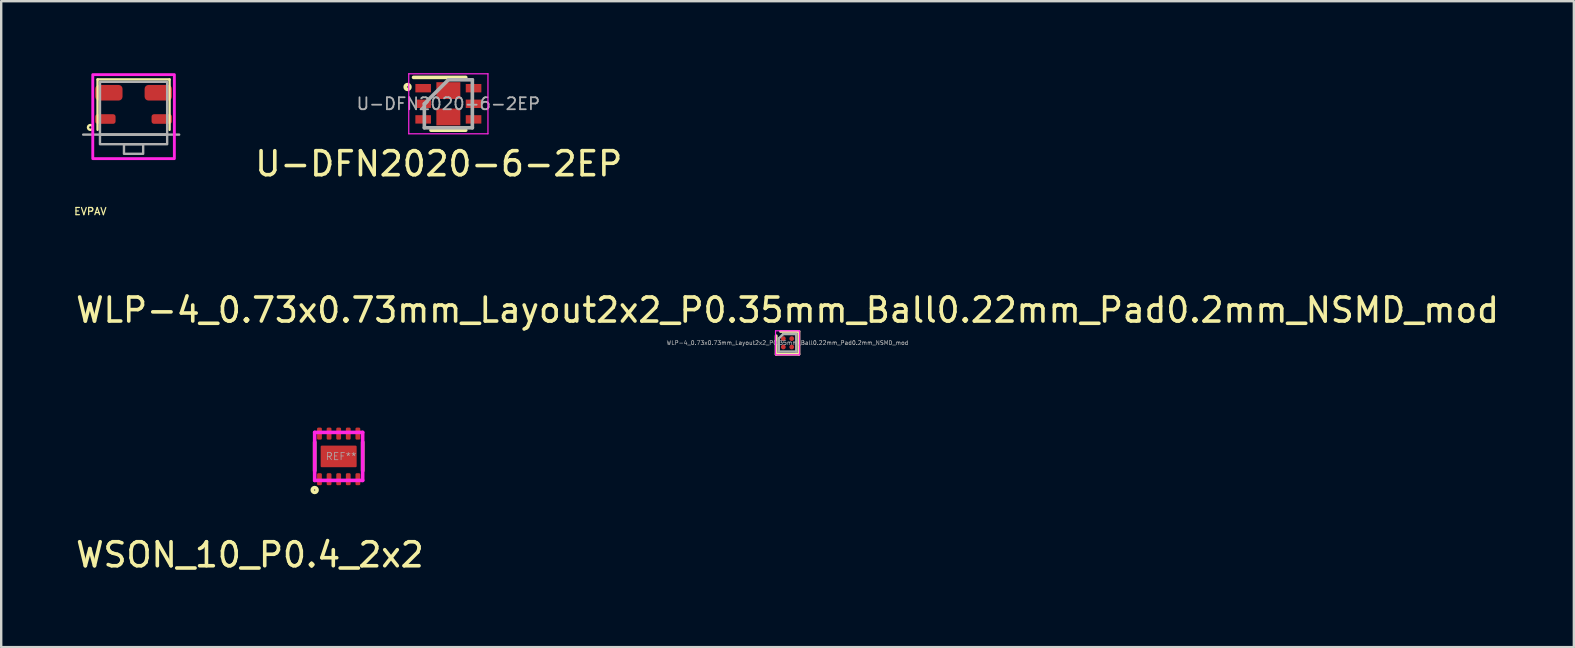
<source format=kicad_pcb>
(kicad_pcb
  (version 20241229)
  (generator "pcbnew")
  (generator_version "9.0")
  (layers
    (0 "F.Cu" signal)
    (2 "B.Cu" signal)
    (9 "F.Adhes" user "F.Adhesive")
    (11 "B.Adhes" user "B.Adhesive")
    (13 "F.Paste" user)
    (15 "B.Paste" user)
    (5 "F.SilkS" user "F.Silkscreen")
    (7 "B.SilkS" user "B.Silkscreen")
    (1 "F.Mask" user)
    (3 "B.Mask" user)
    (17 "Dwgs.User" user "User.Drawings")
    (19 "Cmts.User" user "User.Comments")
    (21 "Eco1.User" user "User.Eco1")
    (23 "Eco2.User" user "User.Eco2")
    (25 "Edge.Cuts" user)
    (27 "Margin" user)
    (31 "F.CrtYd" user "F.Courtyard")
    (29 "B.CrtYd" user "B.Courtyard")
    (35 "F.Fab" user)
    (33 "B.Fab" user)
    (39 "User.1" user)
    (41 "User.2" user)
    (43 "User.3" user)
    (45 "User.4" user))
  (footprint "U-DFN2020-6-2EP"
    (layer "F.Cu")
    (at 15.634 1.275)
    (property "Reference" "U-DFN2020-6-2EP" (at -0.4 2.5 0) (layer "F.SilkS") (effects (font (size 1 1) (thickness 0.15))))
    (attr through_hole)
    (fp_line (start -1.45 -1.1) (end 0.725 -1.1) (stroke (width 0.15) (type solid)) (layer "F.SilkS"))
    (fp_line (start -0.725 1.1) (end 0.725 1.1) (stroke (width 0.15) (type solid)) (layer "F.SilkS"))
    (fp_circle (center -1.7 -0.7) (end -1.7 -0.6) (stroke (width 0.15) (type solid)) (fill no) (layer "F.SilkS"))
    (fp_line (start -1.65 -1.25) (end -1.65 1.25) (stroke (width 0.05) (type solid)) (layer "F.CrtYd"))
    (fp_line (start -1.65 -1.25) (end 1.65 -1.25) (stroke (width 0.05) (type solid)) (layer "F.CrtYd"))
    (fp_line (start -1.65 1.25) (end 1.65 1.25) (stroke (width 0.05) (type solid)) (layer "F.CrtYd"))
    (fp_line (start 1.65 -1.25) (end 1.65 1.25) (stroke (width 0.05) (type solid)) (layer "F.CrtYd"))
    (fp_line (start -1 0) (end 0 -1) (stroke (width 0.15) (type solid)) (layer "F.Fab"))
    (fp_line (start -1 1) (end -1 0) (stroke (width 0.15) (type solid)) (layer "F.Fab"))
    (fp_line (start 0 -1) (end 1 -1) (stroke (width 0.15) (type solid)) (layer "F.Fab"))
    (fp_line (start 1 -1) (end 1 1) (stroke (width 0.15) (type solid)) (layer "F.Fab"))
    (fp_line (start 1 1) (end -1 1) (stroke (width 0.15) (type solid)) (layer "F.Fab"))
    (fp_text user "${REFERENCE}" (at 0 0 0) (layer "F.Fab") (effects (font (size 0.5 0.5) (thickness 0.075))))
    (pad "1" smd rect (at -1.05 -0.65) (size 0.65 0.35) (layers "F.Cu" "F.Mask" "F.Paste"))
    (pad "2" smd rect (at -1.05 0) (size 0.65 0.35) (layers "F.Cu" "F.Mask" "F.Paste"))
    (pad "3" smd rect (at -1.05 0.65) (size 0.65 0.35) (layers "F.Cu" "F.Mask" "F.Paste"))
    (pad "3" smd rect (at 0 0.55 180) (size 1 0.7) (layers "F.Cu" "F.Mask" "F.Paste"))
    (pad "4" smd rect (at 1.05 0.65) (size 0.65 0.35) (layers "F.Cu" "F.Mask" "F.Paste"))
    (pad "5" smd rect (at 1.05 0) (size 0.65 0.35) (layers "F.Cu" "F.Mask" "F.Paste"))
    (pad "6" smd rect (at 0 -0.55) (size 1 0.7) (layers "F.Cu" "F.Mask" "F.Paste"))
    (pad "6" smd rect (at 1.05 -0.65) (size 0.65 0.35) (layers "F.Cu" "F.Mask" "F.Paste")))
  (footprint "WLP-4_0.73x0.73mm_Layout2x2_P0.35mm_Ball0.22mm_Pad0.2mm_NSMD_mod"
    (layer "F.Cu")
    (at 29.768 11.236)
    (property "Reference" "WLP-4_0.73x0.73mm_Layout2x2_P0.35mm_Ball0.22mm_Pad0.2mm_NSMD_mod" (at 0 -1.364 0) (layer "F.SilkS") (effects (font (size 1 1) (thickness 0.15))))
    (attr smd)
    (fp_line (start -0.474 0.474) (end -0.474 -0.292) (stroke (width 0.12) (type solid)) (layer "F.SilkS"))
    (fp_line (start -0.292 -0.474) (end 0.474 -0.474) (stroke (width 0.12) (type solid)) (layer "F.SilkS"))
    (fp_line (start 0.474 -0.474) (end 0.474 0.474) (stroke (width 0.12) (type solid)) (layer "F.SilkS"))
    (fp_line (start 0.474 0.474) (end -0.474 0.474) (stroke (width 0.12) (type solid)) (layer "F.SilkS"))
    (fp_line (start -0.5 -0.5) (end -0.5 0.5) (stroke (width 0.05) (type solid)) (layer "F.CrtYd"))
    (fp_line (start -0.5 0.5) (end 0.5 0.5) (stroke (width 0.05) (type solid)) (layer "F.CrtYd"))
    (fp_line (start 0.5 -0.5) (end -0.5 -0.5) (stroke (width 0.05) (type solid)) (layer "F.CrtYd"))
    (fp_line (start 0.5 0.5) (end 0.5 -0.5) (stroke (width 0.05) (type solid)) (layer "F.CrtYd"))
    (fp_line (start -0.364 -0.182) (end -0.182 -0.364) (stroke (width 0.1) (type solid)) (layer "F.Fab"))
    (fp_line (start -0.364 0.364) (end -0.364 -0.182) (stroke (width 0.1) (type solid)) (layer "F.Fab"))
    (fp_line (start -0.182 -0.364) (end 0.364 -0.364) (stroke (width 0.1) (type solid)) (layer "F.Fab"))
    (fp_line (start 0.364 -0.364) (end 0.364 0.364) (stroke (width 0.1) (type solid)) (layer "F.Fab"))
    (fp_line (start 0.364 0.364) (end -0.364 0.364) (stroke (width 0.1) (type solid)) (layer "F.Fab"))
    (fp_text user "${REFERENCE}" (at 0 0 0) (layer "F.Fab") (effects (font (size 0.17 0.17) (thickness 0.025))))
    (pad "A1" smd circle (at -0.175 -0.175) (size 0.2 0.2) (layers "F.Cu" "F.Mask" "F.Paste"))
    (pad "A2" smd circle (at 0.175 -0.175) (size 0.2 0.2) (layers "F.Cu" "F.Mask" "F.Paste"))
    (pad "B1" smd circle (at -0.175 0.175) (size 0.2 0.2) (layers "F.Cu" "F.Mask" "F.Paste"))
    (pad "B2" smd circle (at 0.175 0.175) (size 0.2 0.2) (layers "F.Cu" "F.Mask" "F.Paste")))
  (footprint "WSON_10_P0.4_2x2"
    (layer "F.Cu")
    (at 11.063 15.97)
    (property "Reference" "WSON_10_P0.4_2x2" (at -3.7 4.1 0) (layer "F.SilkS") (effects (font (size 1 1) (thickness 0.15))))
    (attr through_hole)
    (fp_line (start -1 -0.6) (end -1 0.6) (stroke (width 0.15) (type solid)) (layer "F.SilkS"))
    (fp_line (start 1 -0.6) (end 1 0.6) (stroke (width 0.15) (type solid)) (layer "F.SilkS"))
    (fp_circle (center -1 1.4) (end -0.9 1.4) (stroke (width 0.15) (type solid)) (fill no) (layer "F.SilkS"))
    (fp_line (start -1 -1) (end 1 -1) (stroke (width 0.15) (type solid)) (layer "F.CrtYd"))
    (fp_line (start -1 1) (end -1 -1) (stroke (width 0.15) (type solid)) (layer "F.CrtYd"))
    (fp_line (start 1 -1) (end 1 1) (stroke (width 0.15) (type solid)) (layer "F.CrtYd"))
    (fp_line (start 1 1) (end -1 1) (stroke (width 0.15) (type solid)) (layer "F.CrtYd"))
    (fp_text user "REF**" (at 0.1 0 0) (layer "F.Fab") (effects (font (size 0.3 0.3) (thickness 0.03))))
    (pad "1" smd roundrect (at -0.8 0.95) (size 0.2 0.5) (layers "F.Cu" "F.Mask" "F.Paste") (roundrect_rratio 0.25))
    (pad "2" smd roundrect (at -0.4 0.95) (size 0.2 0.5) (layers "F.Cu" "F.Mask" "F.Paste") (roundrect_rratio 0.25))
    (pad "3" smd roundrect (at 0 0.95) (size 0.2 0.5) (layers "F.Cu" "F.Mask" "F.Paste") (roundrect_rratio 0.25))
    (pad "4" smd roundrect (at 0.4 0.95) (size 0.2 0.5) (layers "F.Cu" "F.Mask" "F.Paste") (roundrect_rratio 0.25))
    (pad "5" smd roundrect (at 0.8 0.95) (size 0.2 0.5) (layers "F.Cu" "F.Mask" "F.Paste") (roundrect_rratio 0.25))
    (pad "6" smd roundrect (at 0.8 -0.95 180) (size 0.2 0.5) (layers "F.Cu" "F.Mask" "F.Paste") (roundrect_rratio 0.25))
    (pad "7" smd roundrect (at 0.4 -0.95 180) (size 0.2 0.5) (layers "F.Cu" "F.Mask" "F.Paste") (roundrect_rratio 0.25))
    (pad "8" smd roundrect (at 0 -0.95 180) (size 0.2 0.5) (layers "F.Cu" "F.Mask" "F.Paste") (roundrect_rratio 0.25))
    (pad "9" smd roundrect (at -0.4 -0.95 180) (size 0.2 0.5) (layers "F.Cu" "F.Mask" "F.Paste") (roundrect_rratio 0.25))
    (pad "10" smd roundrect (at -0.8 -0.95 180) (size 0.2 0.5) (layers "F.Cu" "F.Mask" "F.Paste") (roundrect_rratio 0.25))
    (pad "11" smd roundrect (at 0 0) (size 1.5 0.9) (layers "F.Cu" "F.Mask" "F.Paste") (roundrect_rratio 0.05)))
  (footprint "EVPAV"
    (layer "F.Cu")
    (at 2.516 2.56)
    (property "Reference" "EVPAV" (at -1.8 3.2 0) (unlocked yes) (layer "F.SilkS") (effects (font (size 0.3 0.3) (thickness 0.05))))
    (attr smd)
    (fp_line (start -1.5 -2.3) (end 1.5 -2.3) (stroke (width 0.1) (type solid)) (layer "F.SilkS"))
    (fp_line (start -1.5 -0.2) (end -1.5 -2.3) (stroke (width 0.1) (type solid)) (layer "F.SilkS"))
    (fp_line (start 1.5 -2.3) (end 1.5 -0.2) (stroke (width 0.1) (type solid)) (layer "F.SilkS"))
    (fp_circle (center -1.8 -0.3) (end -1.7 -0.3) (stroke (width 0.1) (type solid)) (fill no) (layer "F.SilkS"))
    (fp_rect (start -1.7 -2.5) (end 1.7 1) (stroke (width 0.12) (type solid)) (fill no) (layer "F.CrtYd"))
    (fp_line (start -2.1 0) (end 1.9 0) (stroke (width 0.1) (type solid)) (layer "F.Fab"))
    (fp_rect (start -1.4 -2.2) (end 1.4 0) (stroke (width 0.1) (type solid)) (fill no) (layer "F.Fab"))
    (fp_rect (start -1.4 0) (end 1.4 0.4) (stroke (width 0.1) (type solid)) (fill no) (layer "F.Fab"))
    (fp_rect (start -0.4 0.4) (end 0.4 0.8) (stroke (width 0.1) (type solid)) (fill no) (layer "F.Fab"))
    (pad "1" smd roundrect (at -1.175 -0.65) (size 0.85 0.4) (layers "F.Cu" "F.Mask" "F.Paste") (roundrect_rratio 0.25))
    (pad "2" smd roundrect (at -1.03 -1.745) (size 1.14 0.65) (layers "F.Cu" "F.Mask" "F.Paste") (roundrect_rratio 0.25))
    (pad "3" smd roundrect (at 1.175 -0.65) (size 0.85 0.4) (layers "F.Cu" "F.Mask" "F.Paste") (roundrect_rratio 0.25))
    (pad "4" smd roundrect (at 1.03 -1.745) (size 1.14 0.65) (layers "F.Cu" "F.Mask" "F.Paste") (roundrect_rratio 0.25)))
  (gr_rect
    (start -3 -3)
    (end 62.536 23.918)
    (stroke (width 0.1) (type default))
    (fill no)
    (layer "Edge.Cuts")))
</source>
